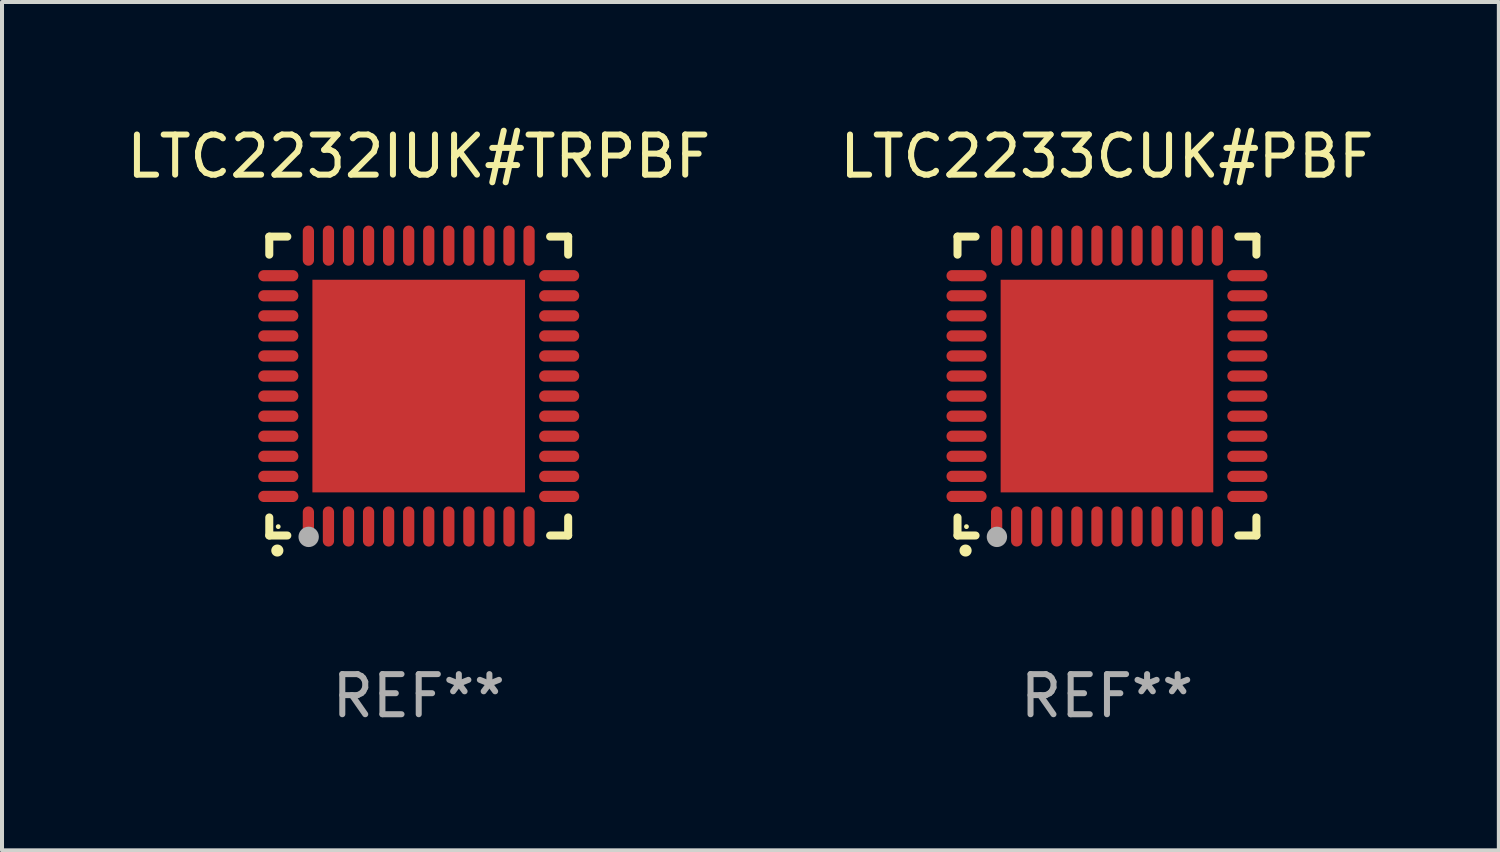
<source format=kicad_pcb>
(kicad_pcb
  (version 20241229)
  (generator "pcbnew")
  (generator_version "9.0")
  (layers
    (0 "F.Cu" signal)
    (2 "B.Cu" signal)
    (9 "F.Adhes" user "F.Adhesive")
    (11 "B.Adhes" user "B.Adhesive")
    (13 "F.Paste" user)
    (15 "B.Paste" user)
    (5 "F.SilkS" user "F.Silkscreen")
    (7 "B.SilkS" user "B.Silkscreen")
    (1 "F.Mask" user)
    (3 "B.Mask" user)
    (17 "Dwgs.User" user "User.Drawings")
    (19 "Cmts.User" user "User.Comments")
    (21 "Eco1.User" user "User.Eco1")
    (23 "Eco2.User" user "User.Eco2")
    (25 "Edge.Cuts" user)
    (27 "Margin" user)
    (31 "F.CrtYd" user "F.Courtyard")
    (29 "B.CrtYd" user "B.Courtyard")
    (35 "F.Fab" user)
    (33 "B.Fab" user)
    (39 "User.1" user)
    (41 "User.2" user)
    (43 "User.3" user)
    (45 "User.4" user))
  (footprint "LTC2232IUK#TRPBF"
    (layer "F.Cu")
    (at 7.387 6.573)
    (property "Reference" "LTC2232IUK#TRPBF" (at 0 -5.725 0) (layer "F.SilkS") (effects (font (size 1 1) (thickness 0.15))))
    (attr through_hole)
    (fp_line (start -3.725 -3.725) (end -3.275 -3.725) (stroke (width 0.2) (type solid)) (layer "F.SilkS"))
    (fp_line (start -3.725 -3.275) (end -3.725 -3.725) (stroke (width 0.2) (type solid)) (layer "F.SilkS"))
    (fp_line (start -3.725 3.725) (end -3.725 3.275) (stroke (width 0.2) (type solid)) (layer "F.SilkS"))
    (fp_line (start -3.275 3.725) (end -3.725 3.725) (stroke (width 0.2) (type solid)) (layer "F.SilkS"))
    (fp_line (start 3.275 3.725) (end 3.725 3.725) (stroke (width 0.2) (type solid)) (layer "F.SilkS"))
    (fp_line (start 3.725 -3.725) (end 3.275 -3.725) (stroke (width 0.2) (type solid)) (layer "F.SilkS"))
    (fp_line (start 3.725 -3.275) (end 3.725 -3.725) (stroke (width 0.2) (type solid)) (layer "F.SilkS"))
    (fp_line (start 3.725 3.725) (end 3.725 3.275) (stroke (width 0.2) (type solid)) (layer "F.SilkS"))
    (fp_arc (start -3.525527 4.099568) (mid -3.524257 4.099563) (end -3.522987 4.099568) (stroke (width 0.3) (type solid)) (layer "F.SilkS"))
    (fp_circle (center -3.502 3.504) (end -3.472 3.504) (stroke (width 0.06) (type solid)) (fill no) (layer "F.SilkS"))
    (fp_circle (center -2.743 3.759) (end -2.616 3.759) (stroke (width 0.254) (type solid)) (fill no) (layer "F.Fab"))
    (fp_text user "REF**" (at 0 7.725 0) (layer "F.Fab") (effects (font (size 1 1) (thickness 0.15))))
    (pad "1" smd oval (at -2.75 3.5) (size 0.28 1) (layers "F.Cu" "F.Mask" "F.Paste"))
    (pad "2" smd oval (at -2.25 3.5) (size 0.28 1) (layers "F.Cu" "F.Mask" "F.Paste"))
    (pad "3" smd oval (at -1.75 3.5) (size 0.28 1) (layers "F.Cu" "F.Mask" "F.Paste"))
    (pad "4" smd oval (at -1.25 3.5) (size 0.28 1) (layers "F.Cu" "F.Mask" "F.Paste"))
    (pad "5" smd oval (at -0.75 3.5) (size 0.28 1) (layers "F.Cu" "F.Mask" "F.Paste"))
    (pad "6" smd oval (at -0.25 3.5) (size 0.28 1) (layers "F.Cu" "F.Mask" "F.Paste"))
    (pad "7" smd oval (at 0.25 3.5) (size 0.28 1) (layers "F.Cu" "F.Mask" "F.Paste"))
    (pad "8" smd oval (at 0.75 3.5) (size 0.28 1) (layers "F.Cu" "F.Mask" "F.Paste"))
    (pad "9" smd oval (at 1.25 3.5) (size 0.28 1) (layers "F.Cu" "F.Mask" "F.Paste"))
    (pad "10" smd oval (at 1.75 3.5) (size 0.28 1) (layers "F.Cu" "F.Mask" "F.Paste"))
    (pad "11" smd oval (at 2.25 3.5) (size 0.28 1) (layers "F.Cu" "F.Mask" "F.Paste"))
    (pad "12" smd oval (at 2.75 3.5) (size 0.28 1) (layers "F.Cu" "F.Mask" "F.Paste"))
    (pad "13" smd oval (at 3.5 2.75) (size 1 0.28) (layers "F.Cu" "F.Mask" "F.Paste"))
    (pad "14" smd oval (at 3.5 2.25) (size 1 0.28) (layers "F.Cu" "F.Mask" "F.Paste"))
    (pad "15" smd oval (at 3.5 1.75) (size 1 0.28) (layers "F.Cu" "F.Mask" "F.Paste"))
    (pad "16" smd oval (at 3.5 1.25) (size 1 0.28) (layers "F.Cu" "F.Mask" "F.Paste"))
    (pad "17" smd oval (at 3.5 0.75) (size 1 0.28) (layers "F.Cu" "F.Mask" "F.Paste"))
    (pad "18" smd oval (at 3.5 0.25) (size 1 0.28) (layers "F.Cu" "F.Mask" "F.Paste"))
    (pad "19" smd oval (at 3.5 -0.25) (size 1 0.28) (layers "F.Cu" "F.Mask" "F.Paste"))
    (pad "20" smd oval (at 3.5 -0.75) (size 1 0.28) (layers "F.Cu" "F.Mask" "F.Paste"))
    (pad "21" smd oval (at 3.5 -1.25) (size 1 0.28) (layers "F.Cu" "F.Mask" "F.Paste"))
    (pad "22" smd oval (at 3.5 -1.75) (size 1 0.28) (layers "F.Cu" "F.Mask" "F.Paste"))
    (pad "23" smd oval (at 3.5 -2.25) (size 1 0.28) (layers "F.Cu" "F.Mask" "F.Paste"))
    (pad "24" smd oval (at 3.5 -2.75) (size 1 0.28) (layers "F.Cu" "F.Mask" "F.Paste"))
    (pad "25" smd oval (at 2.75 -3.5) (size 0.28 1) (layers "F.Cu" "F.Mask" "F.Paste"))
    (pad "26" smd oval (at 2.25 -3.5) (size 0.28 1) (layers "F.Cu" "F.Mask" "F.Paste"))
    (pad "27" smd oval (at 1.75 -3.5) (size 0.28 1) (layers "F.Cu" "F.Mask" "F.Paste"))
    (pad "28" smd oval (at 1.25 -3.5) (size 0.28 1) (layers "F.Cu" "F.Mask" "F.Paste"))
    (pad "29" smd oval (at 0.75 -3.5) (size 0.28 1) (layers "F.Cu" "F.Mask" "F.Paste"))
    (pad "30" smd oval (at 0.25 -3.5) (size 0.28 1) (layers "F.Cu" "F.Mask" "F.Paste"))
    (pad "31" smd oval (at -0.25 -3.5) (size 0.28 1) (layers "F.Cu" "F.Mask" "F.Paste"))
    (pad "32" smd oval (at -0.75 -3.5) (size 0.28 1) (layers "F.Cu" "F.Mask" "F.Paste"))
    (pad "33" smd oval (at -1.25 -3.5) (size 0.28 1) (layers "F.Cu" "F.Mask" "F.Paste"))
    (pad "34" smd oval (at -1.75 -3.5) (size 0.28 1) (layers "F.Cu" "F.Mask" "F.Paste"))
    (pad "35" smd oval (at -2.25 -3.5) (size 0.28 1) (layers "F.Cu" "F.Mask" "F.Paste"))
    (pad "36" smd oval (at -2.75 -3.5) (size 0.28 1) (layers "F.Cu" "F.Mask" "F.Paste"))
    (pad "37" smd oval (at -3.5 -2.75) (size 1 0.28) (layers "F.Cu" "F.Mask" "F.Paste"))
    (pad "38" smd oval (at -3.5 -2.25) (size 1 0.28) (layers "F.Cu" "F.Mask" "F.Paste"))
    (pad "39" smd oval (at -3.5 -1.75) (size 1 0.28) (layers "F.Cu" "F.Mask" "F.Paste"))
    (pad "40" smd oval (at -3.5 -1.25) (size 1 0.28) (layers "F.Cu" "F.Mask" "F.Paste"))
    (pad "41" smd oval (at -3.5 -0.75) (size 1 0.28) (layers "F.Cu" "F.Mask" "F.Paste"))
    (pad "42" smd oval (at -3.5 -0.25) (size 1 0.28) (layers "F.Cu" "F.Mask" "F.Paste"))
    (pad "43" smd oval (at -3.5 0.25) (size 1 0.28) (layers "F.Cu" "F.Mask" "F.Paste"))
    (pad "44" smd oval (at -3.5 0.75) (size 1 0.28) (layers "F.Cu" "F.Mask" "F.Paste"))
    (pad "45" smd oval (at -3.5 1.25) (size 1 0.28) (layers "F.Cu" "F.Mask" "F.Paste"))
    (pad "46" smd oval (at -3.5 1.75) (size 1 0.28) (layers "F.Cu" "F.Mask" "F.Paste"))
    (pad "47" smd oval (at -3.5 2.25) (size 1 0.28) (layers "F.Cu" "F.Mask" "F.Paste"))
    (pad "48" smd oval (at -3.5 2.75) (size 1 0.28) (layers "F.Cu" "F.Mask" "F.Paste"))
    (pad "49" smd rect (at 0 0) (size 5.3 5.3) (layers "F.Cu" "F.Mask" "F.Paste")))
  (footprint "LTC2233CUK#PBF"
    (layer "F.Cu")
    (at 24.542 6.573)
    (property "Reference" "LTC2233CUK#PBF" (at 0 -5.725 0) (layer "F.SilkS") (effects (font (size 1 1) (thickness 0.15))))
    (attr through_hole)
    (fp_line (start -3.725 -3.725) (end -3.275 -3.725) (stroke (width 0.2) (type solid)) (layer "F.SilkS"))
    (fp_line (start -3.725 -3.275) (end -3.725 -3.725) (stroke (width 0.2) (type solid)) (layer "F.SilkS"))
    (fp_line (start -3.725 3.725) (end -3.725 3.275) (stroke (width 0.2) (type solid)) (layer "F.SilkS"))
    (fp_line (start -3.275 3.725) (end -3.725 3.725) (stroke (width 0.2) (type solid)) (layer "F.SilkS"))
    (fp_line (start 3.275 3.725) (end 3.725 3.725) (stroke (width 0.2) (type solid)) (layer "F.SilkS"))
    (fp_line (start 3.725 -3.725) (end 3.275 -3.725) (stroke (width 0.2) (type solid)) (layer "F.SilkS"))
    (fp_line (start 3.725 -3.275) (end 3.725 -3.725) (stroke (width 0.2) (type solid)) (layer "F.SilkS"))
    (fp_line (start 3.725 3.725) (end 3.725 3.275) (stroke (width 0.2) (type solid)) (layer "F.SilkS"))
    (fp_arc (start -3.525527 4.099568) (mid -3.524257 4.099563) (end -3.522987 4.099568) (stroke (width 0.3) (type solid)) (layer "F.SilkS"))
    (fp_circle (center -3.502 3.504) (end -3.472 3.504) (stroke (width 0.06) (type solid)) (fill no) (layer "F.SilkS"))
    (fp_circle (center -2.743 3.759) (end -2.616 3.759) (stroke (width 0.254) (type solid)) (fill no) (layer "F.Fab"))
    (fp_text user "REF**" (at 0 7.725 0) (layer "F.Fab") (effects (font (size 1 1) (thickness 0.15))))
    (pad "1" smd oval (at -2.75 3.5) (size 0.28 1) (layers "F.Cu" "F.Mask" "F.Paste"))
    (pad "2" smd oval (at -2.25 3.5) (size 0.28 1) (layers "F.Cu" "F.Mask" "F.Paste"))
    (pad "3" smd oval (at -1.75 3.5) (size 0.28 1) (layers "F.Cu" "F.Mask" "F.Paste"))
    (pad "4" smd oval (at -1.25 3.5) (size 0.28 1) (layers "F.Cu" "F.Mask" "F.Paste"))
    (pad "5" smd oval (at -0.75 3.5) (size 0.28 1) (layers "F.Cu" "F.Mask" "F.Paste"))
    (pad "6" smd oval (at -0.25 3.5) (size 0.28 1) (layers "F.Cu" "F.Mask" "F.Paste"))
    (pad "7" smd oval (at 0.25 3.5) (size 0.28 1) (layers "F.Cu" "F.Mask" "F.Paste"))
    (pad "8" smd oval (at 0.75 3.5) (size 0.28 1) (layers "F.Cu" "F.Mask" "F.Paste"))
    (pad "9" smd oval (at 1.25 3.5) (size 0.28 1) (layers "F.Cu" "F.Mask" "F.Paste"))
    (pad "10" smd oval (at 1.75 3.5) (size 0.28 1) (layers "F.Cu" "F.Mask" "F.Paste"))
    (pad "11" smd oval (at 2.25 3.5) (size 0.28 1) (layers "F.Cu" "F.Mask" "F.Paste"))
    (pad "12" smd oval (at 2.75 3.5) (size 0.28 1) (layers "F.Cu" "F.Mask" "F.Paste"))
    (pad "13" smd oval (at 3.5 2.75) (size 1 0.28) (layers "F.Cu" "F.Mask" "F.Paste"))
    (pad "14" smd oval (at 3.5 2.25) (size 1 0.28) (layers "F.Cu" "F.Mask" "F.Paste"))
    (pad "15" smd oval (at 3.5 1.75) (size 1 0.28) (layers "F.Cu" "F.Mask" "F.Paste"))
    (pad "16" smd oval (at 3.5 1.25) (size 1 0.28) (layers "F.Cu" "F.Mask" "F.Paste"))
    (pad "17" smd oval (at 3.5 0.75) (size 1 0.28) (layers "F.Cu" "F.Mask" "F.Paste"))
    (pad "18" smd oval (at 3.5 0.25) (size 1 0.28) (layers "F.Cu" "F.Mask" "F.Paste"))
    (pad "19" smd oval (at 3.5 -0.25) (size 1 0.28) (layers "F.Cu" "F.Mask" "F.Paste"))
    (pad "20" smd oval (at 3.5 -0.75) (size 1 0.28) (layers "F.Cu" "F.Mask" "F.Paste"))
    (pad "21" smd oval (at 3.5 -1.25) (size 1 0.28) (layers "F.Cu" "F.Mask" "F.Paste"))
    (pad "22" smd oval (at 3.5 -1.75) (size 1 0.28) (layers "F.Cu" "F.Mask" "F.Paste"))
    (pad "23" smd oval (at 3.5 -2.25) (size 1 0.28) (layers "F.Cu" "F.Mask" "F.Paste"))
    (pad "24" smd oval (at 3.5 -2.75) (size 1 0.28) (layers "F.Cu" "F.Mask" "F.Paste"))
    (pad "25" smd oval (at 2.75 -3.5) (size 0.28 1) (layers "F.Cu" "F.Mask" "F.Paste"))
    (pad "26" smd oval (at 2.25 -3.5) (size 0.28 1) (layers "F.Cu" "F.Mask" "F.Paste"))
    (pad "27" smd oval (at 1.75 -3.5) (size 0.28 1) (layers "F.Cu" "F.Mask" "F.Paste"))
    (pad "28" smd oval (at 1.25 -3.5) (size 0.28 1) (layers "F.Cu" "F.Mask" "F.Paste"))
    (pad "29" smd oval (at 0.75 -3.5) (size 0.28 1) (layers "F.Cu" "F.Mask" "F.Paste"))
    (pad "30" smd oval (at 0.25 -3.5) (size 0.28 1) (layers "F.Cu" "F.Mask" "F.Paste"))
    (pad "31" smd oval (at -0.25 -3.5) (size 0.28 1) (layers "F.Cu" "F.Mask" "F.Paste"))
    (pad "32" smd oval (at -0.75 -3.5) (size 0.28 1) (layers "F.Cu" "F.Mask" "F.Paste"))
    (pad "33" smd oval (at -1.25 -3.5) (size 0.28 1) (layers "F.Cu" "F.Mask" "F.Paste"))
    (pad "34" smd oval (at -1.75 -3.5) (size 0.28 1) (layers "F.Cu" "F.Mask" "F.Paste"))
    (pad "35" smd oval (at -2.25 -3.5) (size 0.28 1) (layers "F.Cu" "F.Mask" "F.Paste"))
    (pad "36" smd oval (at -2.75 -3.5) (size 0.28 1) (layers "F.Cu" "F.Mask" "F.Paste"))
    (pad "37" smd oval (at -3.5 -2.75) (size 1 0.28) (layers "F.Cu" "F.Mask" "F.Paste"))
    (pad "38" smd oval (at -3.5 -2.25) (size 1 0.28) (layers "F.Cu" "F.Mask" "F.Paste"))
    (pad "39" smd oval (at -3.5 -1.75) (size 1 0.28) (layers "F.Cu" "F.Mask" "F.Paste"))
    (pad "40" smd oval (at -3.5 -1.25) (size 1 0.28) (layers "F.Cu" "F.Mask" "F.Paste"))
    (pad "41" smd oval (at -3.5 -0.75) (size 1 0.28) (layers "F.Cu" "F.Mask" "F.Paste"))
    (pad "42" smd oval (at -3.5 -0.25) (size 1 0.28) (layers "F.Cu" "F.Mask" "F.Paste"))
    (pad "43" smd oval (at -3.5 0.25) (size 1 0.28) (layers "F.Cu" "F.Mask" "F.Paste"))
    (pad "44" smd oval (at -3.5 0.75) (size 1 0.28) (layers "F.Cu" "F.Mask" "F.Paste"))
    (pad "45" smd oval (at -3.5 1.25) (size 1 0.28) (layers "F.Cu" "F.Mask" "F.Paste"))
    (pad "46" smd oval (at -3.5 1.75) (size 1 0.28) (layers "F.Cu" "F.Mask" "F.Paste"))
    (pad "47" smd oval (at -3.5 2.25) (size 1 0.28) (layers "F.Cu" "F.Mask" "F.Paste"))
    (pad "48" smd oval (at -3.5 2.75) (size 1 0.28) (layers "F.Cu" "F.Mask" "F.Paste"))
    (pad "49" smd rect (at 0 0) (size 5.3 5.3) (layers "F.Cu" "F.Mask" "F.Paste")))
  (gr_rect
    (start -3 -3)
    (end 34.31 18.146)
    (stroke (width 0.1) (type default))
    (fill no)
    (layer "Edge.Cuts")))
</source>
